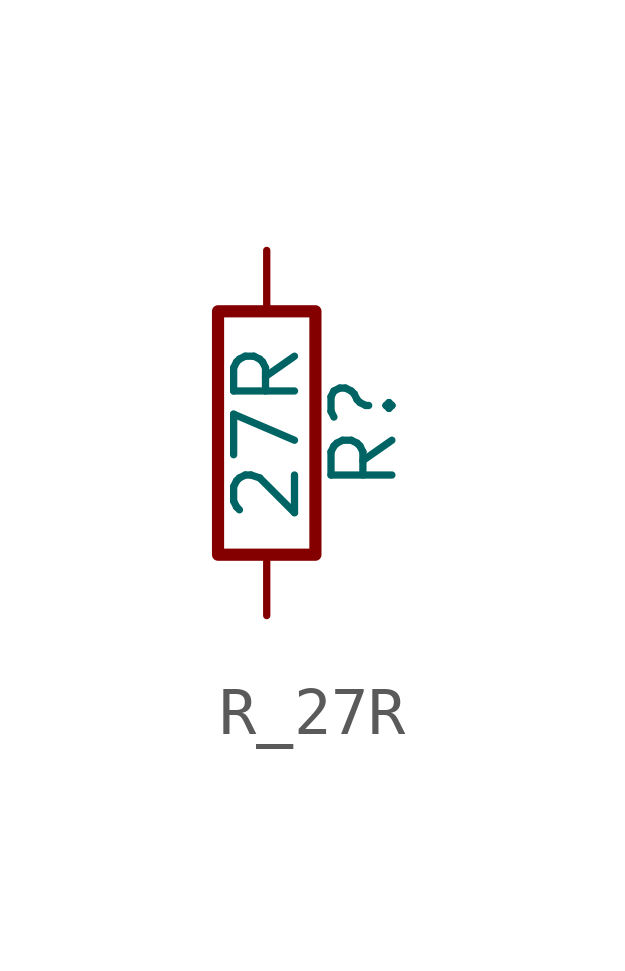
<source format=kicad_sym>
(kicad_symbol_lib
  (version 20241209)
  (generator "kicad_symbol_editor")
  (generator_version "9.0")
  (symbol "R_27R"
    (pin_numbers
      (hide yes))
    (pin_names
      (offset 0))
    (property "Reference" "R"
      (at 2.032 0 90)
      (effects (font (size 1.27 1.27))))
    (property "Value" "27R"
      (at 0 0 90)
      (effects (font (size 1.27 1.27))))
    (symbol "R_27R_0_1"
      (rectangle (start -1.016 -2.54) (end 1.016 2.54) (stroke (width 0.254) (type default)) (fill (type none))))
    (symbol "R_27R_1_1"
      (pin passive line (at 0 3.81 270) (length 1.27) (name "~" (effects (font (size 1.27 1.27)))) (number "1" (effects (font (size 1.27 1.27)))))
      (pin passive line (at 0 -3.81 90) (length 1.27) (name "~" (effects (font (size 1.27 1.27)))) (number "2" (effects (font (size 1.27 1.27))))))))
</source>
